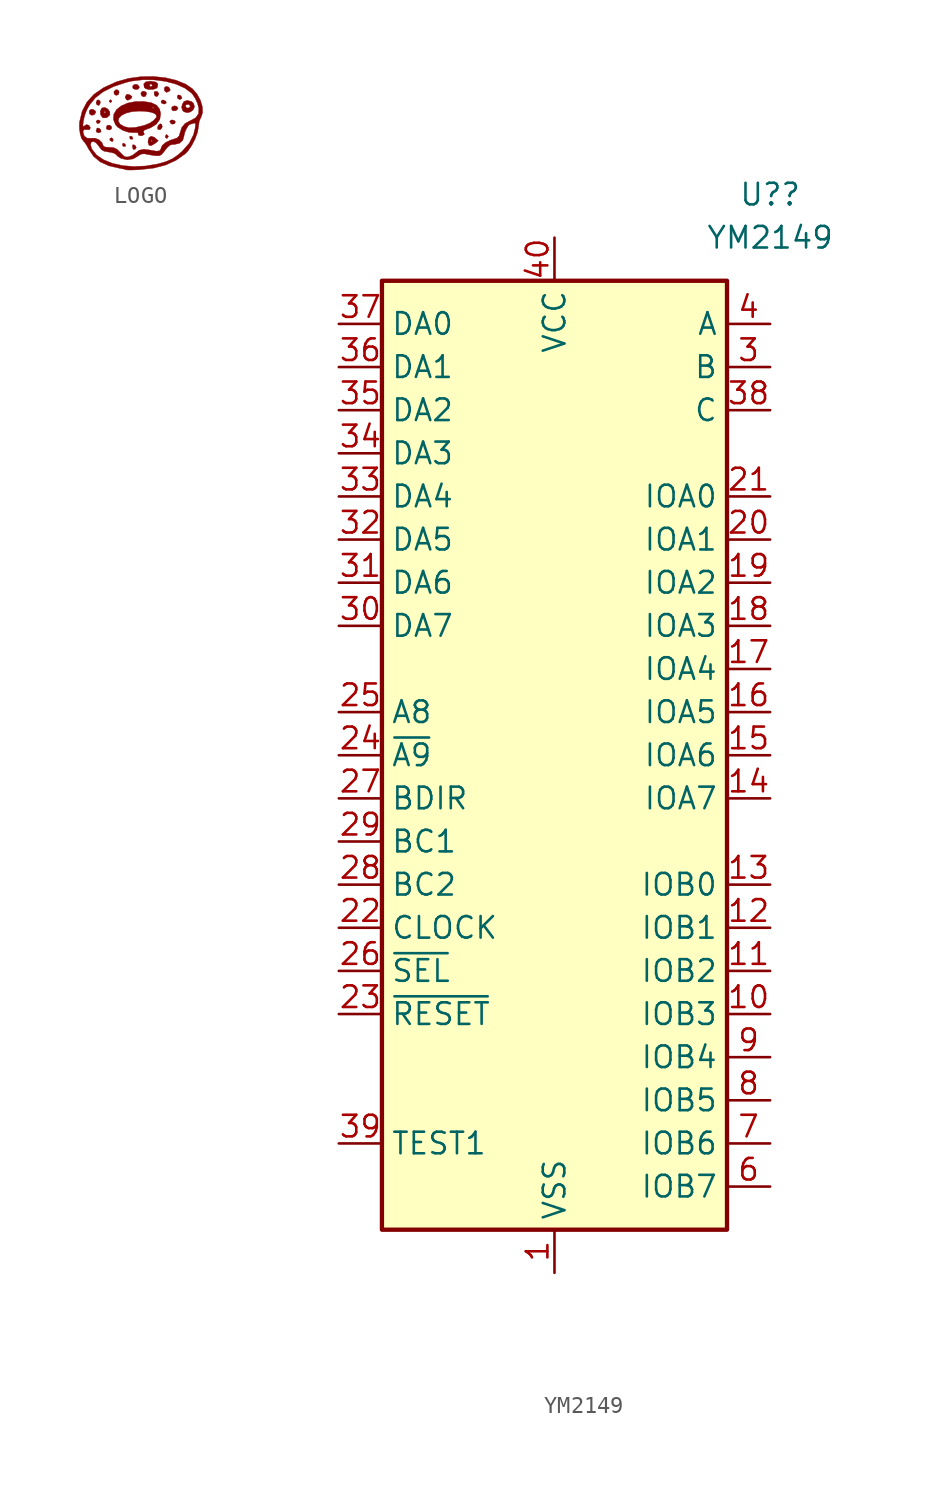
<source format=kicad_sym>
(kicad_symbol_lib
  (version 20211014)
  (generator kicad_symbol_editor)
  (symbol "LOGO"
    (pin_names
      (offset 1.016))
    (property "Reference" "#G"
      (at 0 2.498 0)
      (effects (font (size 1.27 1.27)) hide))
    (symbol "LOGO_0_0"
      (polyline (pts (xy -0.881 -1.012) (xy -0.922 -0.906) (xy -0.999 -0.859) (xy -1.081 -0.892) (xy -1.061 -1.012) (xy -1.033 -1.043) (xy -0.918 -1.05) (xy -0.881 -1.012)) (stroke (width 0.01) (type default) (color 0 0 0 0)) (fill (type outline)))
      (polyline (pts (xy -0.458 -0.589) (xy -0.499 -0.483) (xy -0.576 -0.436) (xy -0.657 -0.468) (xy -0.638 -0.588) (xy -0.609 -0.619) (xy -0.495 -0.627) (xy -0.458 -0.589)) (stroke (width 0.01) (type default) (color 0 0 0 0)) (fill (type outline)))
      (polyline (pts (xy -2.427 0.318) (xy -2.371 0.428) (xy -2.385 0.465) (xy -2.498 0.508) (xy -2.531 0.505) (xy -2.622 0.436) (xy -2.571 0.313) (xy -2.535 0.291) (xy -2.427 0.318)) (stroke (width 0.01) (type default) (color 0 0 0 0)) (fill (type outline)))
      (polyline (pts (xy -2.424 1.386) (xy -2.371 1.524) (xy -2.394 1.623) (xy -2.498 1.693) (xy -2.572 1.662) (xy -2.625 1.524) (xy -2.601 1.425) (xy -2.498 1.355) (xy -2.424 1.386)) (stroke (width 0.01) (type default) (color 0 0 0 0)) (fill (type outline)))
      (polyline (pts (xy -1.758 1.526) (xy -1.693 1.609) (xy -1.696 1.629) (xy -1.778 1.693) (xy -1.798 1.691) (xy -1.863 1.609) (xy -1.86 1.588) (xy -1.778 1.524) (xy -1.758 1.526)) (stroke (width 0.01) (type default) (color 0 0 0 0)) (fill (type outline)))
      (polyline (pts (xy -1.665 -0.759) (xy -1.61 -0.683) (xy -1.663 -0.567) (xy -1.723 -0.539) (xy -1.813 -0.583) (xy -1.817 -0.683) (xy -1.804 -0.701) (xy -1.688 -0.762) (xy -1.665 -0.759)) (stroke (width 0.01) (type default) (color 0 0 0 0)) (fill (type outline)))
      (polyline (pts (xy -1.33 1.98) (xy -1.27 2.117) (xy -1.293 2.216) (xy -1.392 2.286) (xy -1.467 2.273) (xy -1.577 2.174) (xy -1.566 2.032) (xy -1.459 1.951) (xy -1.33 1.98)) (stroke (width 0.01) (type default) (color 0 0 0 0)) (fill (type outline)))
      (polyline (pts (xy -0.319 -1.2) (xy -0.264 -1.117) (xy -0.32 -1) (xy -0.379 -0.957) (xy -0.475 -0.955) (xy -0.495 -1.005) (xy -0.473 -1.153) (xy -0.413 -1.244) (xy -0.319 -1.2)) (stroke (width 0.01) (type default) (color 0 0 0 0)) (fill (type outline)))
      (polyline (pts (xy 0.278 1.892) (xy 0.339 2.032) (xy 0.311 2.141) (xy 0.169 2.201) (xy 0.072 2.177) (xy -0.002 2.063) (xy 0.057 1.919) (xy 0.143 1.866) (xy 0.278 1.892)) (stroke (width 0.01) (type default) (color 0 0 0 0)) (fill (type outline)))
      (polyline (pts (xy 1.048 1.993) (xy 1.057 2.066) (xy 0.969 2.173) (xy 0.89 2.193) (xy 0.78 2.15) (xy 0.791 1.993) (xy 0.838 1.911) (xy 0.949 1.873) (xy 1.048 1.993)) (stroke (width 0.01) (type default) (color 0 0 0 0)) (fill (type outline)))
      (polyline (pts (xy 1.412 1.444) (xy 1.499 1.51) (xy 1.468 1.608) (xy 1.327 1.678) (xy 1.249 1.674) (xy 1.185 1.573) (xy 1.216 1.493) (xy 1.362 1.439) (xy 1.412 1.444)) (stroke (width 0.01) (type default) (color 0 0 0 0)) (fill (type outline)))
      (polyline (pts (xy 1.556 -0.565) (xy 1.621 -0.466) (xy 1.618 -0.442) (xy 1.53 -0.355) (xy 1.482 -0.36) (xy 1.439 -0.466) (xy 1.453 -0.536) (xy 1.53 -0.577) (xy 1.556 -0.565)) (stroke (width 0.01) (type default) (color 0 0 0 0)) (fill (type outline)))
      (polyline (pts (xy 1.969 0.274) (xy 2.032 0.381) (xy 2.001 0.455) (xy 1.863 0.508) (xy 1.791 0.501) (xy 1.696 0.431) (xy 1.75 0.31) (xy 1.835 0.26) (xy 1.969 0.274)) (stroke (width 0.01) (type default) (color 0 0 0 0)) (fill (type outline)))
      (polyline (pts (xy 2.407 1.768) (xy 2.413 1.824) (xy 2.335 1.942) (xy 2.219 1.982) (xy 2.136 1.915) (xy 2.159 1.778) (xy 2.165 1.768) (xy 2.289 1.696) (xy 2.407 1.768)) (stroke (width 0.01) (type default) (color 0 0 0 0)) (fill (type outline)))
      (polyline (pts (xy -2.729 0.816) (xy -2.643 0.943) (xy -2.658 1.032) (xy -2.79 1.124) (xy -2.909 1.135) (xy -3.025 1.057) (xy -3.013 0.879) (xy -2.995 0.845) (xy -2.873 0.779) (xy -2.729 0.816)) (stroke (width 0.01) (type default) (color 0 0 0 0)) (fill (type outline)))
      (polyline (pts (xy -2.343 -0.198) (xy -2.33 -0.177) (xy -2.353 -0.071) (xy -2.447 0.024) (xy -2.55 0.036) (xy -2.579 0.008) (xy -2.625 -0.132) (xy -2.596 -0.208) (xy -2.477 -0.254) (xy -2.343 -0.198)) (stroke (width 0.01) (type default) (color 0 0 0 0)) (fill (type outline)))
      (polyline (pts (xy -1.853 -0.085) (xy -1.721 -0.024) (xy -1.703 0.095) (xy -1.812 0.197) (xy -1.838 0.205) (xy -1.981 0.186) (xy -2.032 0.028) (xy -2 -0.038) (xy -1.863 -0.085) (xy -1.853 -0.085)) (stroke (width 0.01) (type default) (color 0 0 0 0)) (fill (type outline)))
      (polyline (pts (xy 1.242 0.048) (xy 1.26 0.125) (xy 1.227 0.253) (xy 1.132 0.285) (xy 1.027 0.19) (xy 0.983 0.076) (xy 0.991 -0.031) (xy 1.006 -0.045) (xy 1.138 -0.075) (xy 1.242 0.048)) (stroke (width 0.01) (type default) (color 0 0 0 0)) (fill (type outline)))
      (polyline (pts (xy 1.672 2.186) (xy 1.736 2.268) (xy 1.672 2.395) (xy 1.623 2.444) (xy 1.487 2.477) (xy 1.385 2.402) (xy 1.382 2.252) (xy 1.403 2.205) (xy 1.506 2.123) (xy 1.672 2.186)) (stroke (width 0.01) (type default) (color 0 0 0 0)) (fill (type outline)))
      (polyline (pts (xy 2.075 1.055) (xy 2.18 1.164) (xy 2.185 1.205) (xy 2.116 1.301) (xy 1.978 1.338) (xy 1.847 1.289) (xy 1.815 1.24) (xy 1.819 1.103) (xy 1.921 1.036) (xy 2.075 1.055)) (stroke (width 0.01) (type default) (color 0 0 0 0)) (fill (type outline)))
      (polyline (pts (xy -0.593 1.742) (xy -0.558 1.778) (xy -0.509 1.871) (xy -0.593 1.949) (xy -0.679 1.998) (xy -0.818 2.016) (xy -0.904 1.896) (xy -0.914 1.817) (xy -0.838 1.688) (xy -0.754 1.663) (xy -0.593 1.742)) (stroke (width 0.01) (type default) (color 0 0 0 0)) (fill (type outline)))
      (polyline (pts (xy -0.15 2.317) (xy -0.085 2.416) (xy -0.101 2.485) (xy -0.217 2.596) (xy -0.218 2.596) (xy -0.372 2.595) (xy -0.476 2.506) (xy -0.47 2.378) (xy -0.434 2.337) (xy -0.293 2.288) (xy -0.15 2.317)) (stroke (width 0.01) (type default) (color 0 0 0 0)) (fill (type outline)))
      (polyline (pts (xy 0.844 -0.866) (xy 1.029 -0.716) (xy 0.857 -0.559) (xy 0.796 -0.51) (xy 0.607 -0.446) (xy 0.474 -0.533) (xy 0.432 -0.72) (xy 0.593 -0.72) (xy 0.635 -0.677) (xy 0.677 -0.72) (xy 0.635 -0.762) (xy 0.593 -0.72) (xy 0.432 -0.72) (xy 0.423 -0.759) (xy 0.426 -0.821) (xy 0.485 -0.985) (xy 0.625 -1) (xy 0.844 -0.866)) (stroke (width 0.01) (type default) (color 0 0 0 0)) (fill (type outline)))
      (polyline (pts (xy -2 0.632) (xy -1.831 0.782) (xy -1.811 0.823) (xy -1.823 0.993) (xy -1.936 1.148) (xy -2.1 1.239) (xy -2.266 1.216) (xy -2.301 1.188) (xy -2.378 1.015) (xy -2.376 0.988) (xy -2.173 0.988) (xy -2.161 0.998) (xy -2.06 0.988) (xy -2.047 0.962) (xy -2.117 0.931) (xy -2.162 0.937) (xy -2.173 0.988) (xy -2.376 0.988) (xy -2.362 0.81) (xy -2.256 0.656) (xy -2.198 0.627) (xy -2 0.632)) (stroke (width 0.01) (type default) (color 0 0 0 0)) (fill (type outline)))
      (polyline (pts (xy 0.728 2.298) (xy 0.918 2.361) (xy 0.975 2.425) (xy 1.002 2.592) (xy 0.978 2.659) (xy 0.859 2.739) (xy 0.612 2.778) (xy 0.555 2.781) (xy 0.294 2.747) (xy 0.175 2.624) (xy 0.185 2.54) (xy 0.508 2.54) (xy 0.51 2.56) (xy 0.593 2.625) (xy 0.613 2.622) (xy 0.677 2.54) (xy 0.675 2.52) (xy 0.593 2.455) (xy 0.572 2.458) (xy 0.508 2.54) (xy 0.185 2.54) (xy 0.2 2.413) (xy 0.298 2.333) (xy 0.498 2.29) (xy 0.728 2.298)) (stroke (width 0.01) (type default) (color 0 0 0 0)) (fill (type outline)))
      (polyline (pts (xy 2.925 0.98) (xy 3.081 1.106) (xy 3.153 1.282) (xy 3.1 1.478) (xy 2.99 1.583) (xy 2.748 1.651) (xy 2.712 1.65) (xy 2.535 1.594) (xy 2.433 1.415) (xy 2.413 1.312) (xy 2.625 1.312) (xy 2.647 1.39) (xy 2.773 1.423) (xy 2.85 1.395) (xy 2.904 1.311) (xy 2.896 1.285) (xy 2.803 1.208) (xy 2.683 1.217) (xy 2.625 1.312) (xy 2.413 1.312) (xy 2.397 1.237) (xy 2.458 1.056) (xy 2.535 0.986) (xy 2.728 0.93) (xy 2.925 0.98)) (stroke (width 0.01) (type default) (color 0 0 0 0)) (fill (type outline)))
      (polyline (pts (xy 0.1 -0.411) (xy 0.21 -0.337) (xy 0.169 -0.211) (xy 0.149 -0.173) (xy 0.205 -0.094) (xy 0.412 -0.013) (xy 0.571 0.043) (xy 0.912 0.253) (xy 1.116 0.535) (xy 1.168 0.875) (xy 1.107 1.141) (xy 0.928 1.373) (xy 0.62 1.52) (xy 0.168 1.592) (xy -0.316 1.587) (xy -0.775 1.497) (xy -1.151 1.333) (xy -1.281 1.228) (xy 0.677 1.228) (xy 0.72 1.27) (xy 0.762 1.228) (xy 0.72 1.185) (xy 0.677 1.228) (xy -1.281 1.228) (xy -1.427 1.109) (xy -1.585 0.839) (xy -1.609 0.538) (xy -1.566 0.433) (xy -1.32 0.433) (xy -1.29 0.607) (xy -1.138 0.768) (xy -0.878 0.902) (xy -0.525 0.993) (xy -0.094 1.026) (xy 0.263 1.011) (xy 0.622 0.955) (xy 0.851 0.862) (xy 0.931 0.737) (xy 0.909 0.654) (xy 0.763 0.482) (xy 0.517 0.318) (xy 0.212 0.193) (xy 0.165 0.179) (xy -0.315 0.068) (xy -0.687 0.05) (xy -0.982 0.121) (xy -1.212 0.261) (xy -1.32 0.433) (xy -1.566 0.433) (xy -1.48 0.221) (xy -1.356 0.084) (xy -1.067 -0.099) (xy -0.724 -0.217) (xy -0.397 -0.24) (xy -0.315 -0.232) (xy -0.165 -0.244) (xy -0.146 -0.315) (xy -0.142 -0.381) (xy -0.023 -0.423) (xy 0.1 -0.411)) (stroke (width 0.01) (type default) (color 0 0 0 0)) (fill (type outline)))
      (polyline (pts (xy -0.424 -2.429) (xy -0.092 -2.414) (xy -0.079 -2.414) (xy 0.747 -2.321) (xy 1.452 -2.142) (xy 2.064 -1.864) (xy 2.612 -1.479) (xy 2.758 -1.329) (xy 2.988 -0.998) (xy 3.19 -0.605) (xy 3.333 -0.212) (xy 3.389 0.119) (xy 3.392 0.178) (xy 3.435 0.44) (xy 3.516 0.63) (xy 3.534 0.654) (xy 3.628 0.936) (xy 3.612 1.287) (xy 3.498 1.666) (xy 3.298 2.033) (xy 3.023 2.344) (xy 2.639 2.605) (xy 2.085 2.834) (xy 1.44 2.986) (xy 0.738 3.058) (xy 0.012 3.047) (xy -0.705 2.949) (xy -1.378 2.762) (xy -1.491 2.72) (xy -2.196 2.394) (xy -2.749 2.01) (xy -3.16 1.557) (xy -3.438 1.026) (xy -3.592 0.407) (xy -3.601 0.338) (xy -3.602 0.203) (xy -3.396 0.203) (xy -3.378 0.383) (xy -3.333 0.613) (xy -3.264 0.857) (xy -3.177 1.081) (xy -3.017 1.374) (xy -2.666 1.806) (xy -2.199 2.165) (xy -1.6 2.464) (xy -0.852 2.713) (xy -0.535 2.787) (xy 0.126 2.865) (xy 0.804 2.856) (xy 1.464 2.768) (xy 2.07 2.605) (xy 2.586 2.375) (xy 2.978 2.082) (xy 3.03 2.023) (xy 3.202 1.764) (xy 3.333 1.475) (xy 3.408 1.177) (xy 3.388 0.869) (xy 3.226 0.639) (xy 2.915 0.468) (xy 2.901 0.463) (xy 2.594 0.296) (xy 2.403 0.06) (xy 2.29 -0.293) (xy 2.242 -0.44) (xy 2.123 -0.552) (xy 1.889 -0.632) (xy 1.743 -0.677) (xy 1.461 -0.815) (xy 1.261 -0.984) (xy 1.185 -1.151) (xy 1.183 -1.19) (xy 1.108 -1.3) (xy 0.917 -1.326) (xy 0.594 -1.27) (xy 0.556 -1.262) (xy 0.184 -1.213) (xy -0.095 -1.27) (xy -0.32 -1.439) (xy -0.468 -1.552) (xy -0.698 -1.653) (xy -0.711 -1.656) (xy -0.871 -1.667) (xy -1.016 -1.593) (xy -1.2 -1.406) (xy -1.206 -1.399) (xy -1.401 -1.208) (xy -1.585 -1.121) (xy -1.834 -1.101) (xy -1.846 -1.101) (xy -2.076 -1.086) (xy -2.193 -1.026) (xy -2.25 -0.895) (xy -2.278 -0.824) (xy -2.446 -0.657) (xy -2.694 -0.561) (xy -2.958 -0.567) (xy -3.147 -0.563) (xy -3.319 -0.436) (xy -3.387 -0.213) (xy -3.385 -0.157) (xy -3.333 -0.06) (xy -3.175 -0.064) (xy -3.169 -0.065) (xy -3.009 -0.064) (xy -2.963 0.035) (xy -2.966 0.067) (xy -3.047 0.195) (xy -3.186 0.235) (xy -3.309 0.161) (xy -3.326 0.136) (xy -3.38 0.109) (xy -3.396 0.203) (xy -3.602 0.203) (xy -3.603 0.007) (xy -3.557 -0.319) (xy -3.473 -0.586) (xy -3.363 -0.738) (xy -3.311 -0.791) (xy -3.208 -0.941) (xy -2.952 -0.941) (xy -2.91 -0.794) (xy -2.789 -0.754) (xy -2.625 -0.834) (xy -2.45 -1.048) (xy -2.447 -1.054) (xy -2.313 -1.236) (xy -2.149 -1.33) (xy -1.885 -1.378) (xy -1.758 -1.397) (xy -1.551 -1.453) (xy -1.456 -1.518) (xy -1.453 -1.524) (xy -1.351 -1.629) (xy -1.167 -1.745) (xy -1.143 -1.757) (xy -0.8 -1.833) (xy -0.443 -1.777) (xy -0.139 -1.599) (xy 0.004 -1.502) (xy 0.211 -1.479) (xy 0.266 -1.493) (xy 0.494 -1.537) (xy 0.769 -1.579) (xy 0.868 -1.591) (xy 1.076 -1.595) (xy 1.21 -1.534) (xy 1.34 -1.386) (xy 1.389 -1.321) (xy 1.561 -1.104) (xy 1.688 -0.988) (xy 1.813 -0.94) (xy 1.98 -0.931) (xy 2.264 -0.867) (xy 2.465 -0.689) (xy 2.54 -0.43) (xy 2.542 -0.395) (xy 2.593 -0.202) (xy 2.689 0.011) (xy 2.798 0.183) (xy 2.89 0.254) (xy 2.942 0.262) (xy 3.096 0.31) (xy 3.121 0.319) (xy 3.196 0.32) (xy 3.214 0.228) (xy 3.186 0.006) (xy 3.096 -0.357) (xy 2.841 -0.864) (xy 2.43 -1.33) (xy 2.182 -1.546) (xy 1.86 -1.768) (xy 1.507 -1.927) (xy 1.055 -2.06) (xy 1.002 -2.073) (xy 0.294 -2.195) (xy -0.404 -2.227) (xy -1.066 -2.173) (xy -1.668 -2.039) (xy -2.184 -1.831) (xy -2.592 -1.554) (xy -2.865 -1.212) (xy -2.881 -1.18) (xy -2.952 -0.941) (xy -3.208 -0.941) (xy -3.19 -0.968) (xy -3.056 -1.209) (xy -3.053 -1.216) (xy -2.766 -1.637) (xy -2.379 -1.956) (xy -1.872 -2.185) (xy -1.228 -2.334) (xy -1.154 -2.346) (xy -0.952 -2.388) (xy -0.854 -2.421) (xy -0.835 -2.427) (xy -0.685 -2.433) (xy -0.424 -2.429)) (stroke (width 0.01) (type default) (color 0 0 0 0)) (fill (type outline)))))
  (symbol "YM2149"
    (property "Reference" "U?"
      (at 12.7 33.02 0)
      (effects (font (size 1.27 1.27))))
    (property "Value" "YM2149"
      (at 12.7 30.48 0)
      (effects (font (size 1.27 1.27))))
    (symbol "YM2149_0_1"
      (rectangle (start -10.16 27.94) (end 10.16 -27.94) (stroke (width 0.254) (type default) (color 0 0 0 0)) (fill (type background))))
    (symbol "YM2149_1_1"
      (pin power_in line (at 0 -30.48 90) (length 2.54) (name "VSS" (effects (font (size 1.27 1.27)))) (number "1" (effects (font (size 1.27 1.27)))))
      (pin bidirectional line (at 12.7 -15.24 180) (length 2.54) (name "IOB3" (effects (font (size 1.27 1.27)))) (number "10" (effects (font (size 1.27 1.27)))))
      (pin bidirectional line (at 12.7 -12.7 180) (length 2.54) (name "IOB2" (effects (font (size 1.27 1.27)))) (number "11" (effects (font (size 1.27 1.27)))))
      (pin bidirectional line (at 12.7 -10.16 180) (length 2.54) (name "IOB1" (effects (font (size 1.27 1.27)))) (number "12" (effects (font (size 1.27 1.27)))))
      (pin bidirectional line (at 12.7 -7.62 180) (length 2.54) (name "IOB0" (effects (font (size 1.27 1.27)))) (number "13" (effects (font (size 1.27 1.27)))))
      (pin bidirectional line (at 12.7 -2.54 180) (length 2.54) (name "IOA7" (effects (font (size 1.27 1.27)))) (number "14" (effects (font (size 1.27 1.27)))))
      (pin bidirectional line (at 12.7 0 180) (length 2.54) (name "IOA6" (effects (font (size 1.27 1.27)))) (number "15" (effects (font (size 1.27 1.27)))))
      (pin bidirectional line (at 12.7 2.54 180) (length 2.54) (name "IOA5" (effects (font (size 1.27 1.27)))) (number "16" (effects (font (size 1.27 1.27)))))
      (pin bidirectional line (at 12.7 5.08 180) (length 2.54) (name "IOA4" (effects (font (size 1.27 1.27)))) (number "17" (effects (font (size 1.27 1.27)))))
      (pin bidirectional line (at 12.7 7.62 180) (length 2.54) (name "IOA3" (effects (font (size 1.27 1.27)))) (number "18" (effects (font (size 1.27 1.27)))))
      (pin bidirectional line (at 12.7 10.16 180) (length 2.54) (name "IOA2" (effects (font (size 1.27 1.27)))) (number "19" (effects (font (size 1.27 1.27)))))
      (pin no_connect line (at -10.16 -17.78 0) (length 2.54) hide (name "NC" (effects (font (size 1.27 1.27)))) (number "2" (effects (font (size 1.27 1.27)))))
      (pin bidirectional line (at 12.7 12.7 180) (length 2.54) (name "IOA1" (effects (font (size 1.27 1.27)))) (number "20" (effects (font (size 1.27 1.27)))))
      (pin bidirectional line (at 12.7 15.24 180) (length 2.54) (name "IOA0" (effects (font (size 1.27 1.27)))) (number "21" (effects (font (size 1.27 1.27)))))
      (pin input line (at -12.7 -10.16 0) (length 2.54) (name "CLOCK" (effects (font (size 1.27 1.27)))) (number "22" (effects (font (size 1.27 1.27)))))
      (pin input line (at -12.7 -15.24 0) (length 2.54) (name "~{RESET}" (effects (font (size 1.27 1.27)))) (number "23" (effects (font (size 1.27 1.27)))))
      (pin input line (at -12.7 0 0) (length 2.54) (name "~{A9}" (effects (font (size 1.27 1.27)))) (number "24" (effects (font (size 1.27 1.27)))))
      (pin input line (at -12.7 2.54 0) (length 2.54) (name "A8" (effects (font (size 1.27 1.27)))) (number "25" (effects (font (size 1.27 1.27)))))
      (pin input line (at -12.7 -12.7 0) (length 2.54) (name "~{SEL}" (effects (font (size 1.27 1.27)))) (number "26" (effects (font (size 1.27 1.27)))))
      (pin input line (at -12.7 -2.54 0) (length 2.54) (name "BDIR" (effects (font (size 1.27 1.27)))) (number "27" (effects (font (size 1.27 1.27)))))
      (pin input line (at -12.7 -7.62 0) (length 2.54) (name "BC2" (effects (font (size 1.27 1.27)))) (number "28" (effects (font (size 1.27 1.27)))))
      (pin input line (at -12.7 -5.08 0) (length 2.54) (name "BC1" (effects (font (size 1.27 1.27)))) (number "29" (effects (font (size 1.27 1.27)))))
      (pin output line (at 12.7 22.86 180) (length 2.54) (name "B" (effects (font (size 1.27 1.27)))) (number "3" (effects (font (size 1.27 1.27)))))
      (pin bidirectional line (at -12.7 7.62 0) (length 2.54) (name "DA7" (effects (font (size 1.27 1.27)))) (number "30" (effects (font (size 1.27 1.27)))))
      (pin bidirectional line (at -12.7 10.16 0) (length 2.54) (name "DA6" (effects (font (size 1.27 1.27)))) (number "31" (effects (font (size 1.27 1.27)))))
      (pin bidirectional line (at -12.7 12.7 0) (length 2.54) (name "DA5" (effects (font (size 1.27 1.27)))) (number "32" (effects (font (size 1.27 1.27)))))
      (pin bidirectional line (at -12.7 15.24 0) (length 2.54) (name "DA4" (effects (font (size 1.27 1.27)))) (number "33" (effects (font (size 1.27 1.27)))))
      (pin bidirectional line (at -12.7 17.78 0) (length 2.54) (name "DA3" (effects (font (size 1.27 1.27)))) (number "34" (effects (font (size 1.27 1.27)))))
      (pin bidirectional line (at -12.7 20.32 0) (length 2.54) (name "DA2" (effects (font (size 1.27 1.27)))) (number "35" (effects (font (size 1.27 1.27)))))
      (pin bidirectional line (at -12.7 22.86 0) (length 2.54) (name "DA1" (effects (font (size 1.27 1.27)))) (number "36" (effects (font (size 1.27 1.27)))))
      (pin bidirectional line (at -12.7 25.4 0) (length 2.54) (name "DA0" (effects (font (size 1.27 1.27)))) (number "37" (effects (font (size 1.27 1.27)))))
      (pin output line (at 12.7 20.32 180) (length 2.54) (name "C" (effects (font (size 1.27 1.27)))) (number "38" (effects (font (size 1.27 1.27)))))
      (pin passive line (at -12.7 -22.86 0) (length 2.54) (name "TEST1" (effects (font (size 1.27 1.27)))) (number "39" (effects (font (size 1.27 1.27)))))
      (pin output line (at 12.7 25.4 180) (length 2.54) (name "A" (effects (font (size 1.27 1.27)))) (number "4" (effects (font (size 1.27 1.27)))))
      (pin power_in line (at 0 30.48 270) (length 2.54) (name "VCC" (effects (font (size 1.27 1.27)))) (number "40" (effects (font (size 1.27 1.27)))))
      (pin no_connect line (at -10.16 -20.32 0) (length 2.54) hide (name "NC" (effects (font (size 1.27 1.27)))) (number "5" (effects (font (size 1.27 1.27)))))
      (pin bidirectional line (at 12.7 -25.4 180) (length 2.54) (name "IOB7" (effects (font (size 1.27 1.27)))) (number "6" (effects (font (size 1.27 1.27)))))
      (pin bidirectional line (at 12.7 -22.86 180) (length 2.54) (name "IOB6" (effects (font (size 1.27 1.27)))) (number "7" (effects (font (size 1.27 1.27)))))
      (pin bidirectional line (at 12.7 -20.32 180) (length 2.54) (name "IOB5" (effects (font (size 1.27 1.27)))) (number "8" (effects (font (size 1.27 1.27)))))
      (pin bidirectional line (at 12.7 -17.78 180) (length 2.54) (name "IOB4" (effects (font (size 1.27 1.27)))) (number "9" (effects (font (size 1.27 1.27))))))))
</source>
